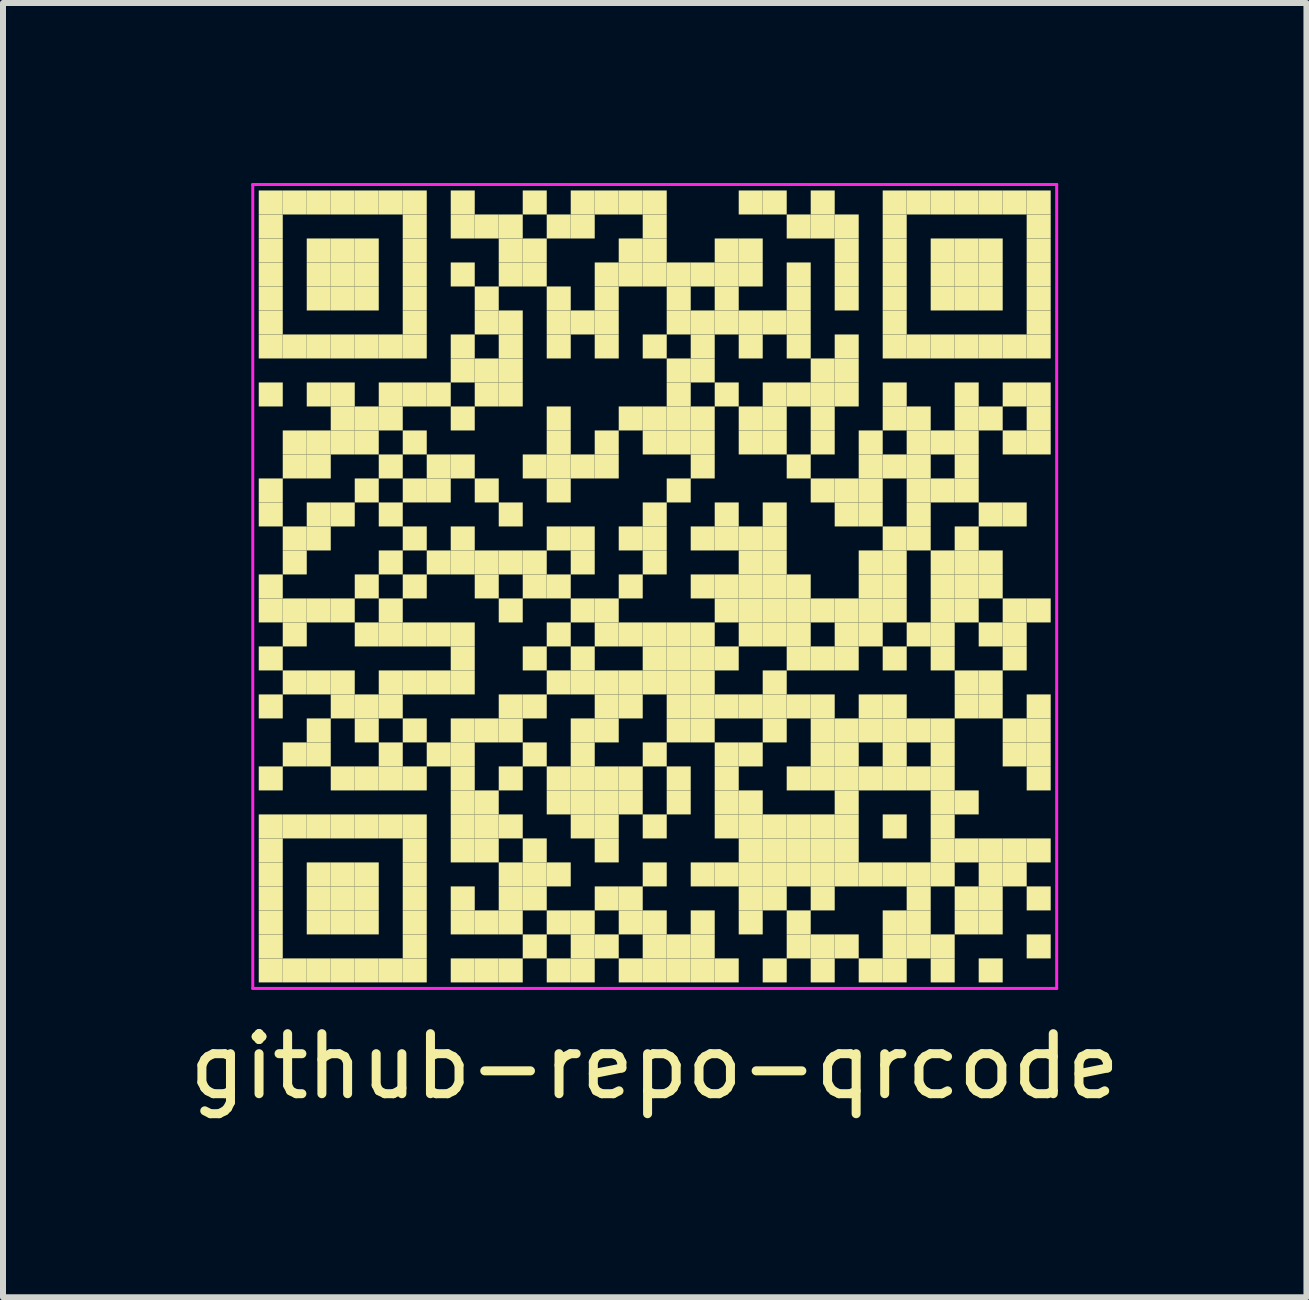
<source format=kicad_pcb>
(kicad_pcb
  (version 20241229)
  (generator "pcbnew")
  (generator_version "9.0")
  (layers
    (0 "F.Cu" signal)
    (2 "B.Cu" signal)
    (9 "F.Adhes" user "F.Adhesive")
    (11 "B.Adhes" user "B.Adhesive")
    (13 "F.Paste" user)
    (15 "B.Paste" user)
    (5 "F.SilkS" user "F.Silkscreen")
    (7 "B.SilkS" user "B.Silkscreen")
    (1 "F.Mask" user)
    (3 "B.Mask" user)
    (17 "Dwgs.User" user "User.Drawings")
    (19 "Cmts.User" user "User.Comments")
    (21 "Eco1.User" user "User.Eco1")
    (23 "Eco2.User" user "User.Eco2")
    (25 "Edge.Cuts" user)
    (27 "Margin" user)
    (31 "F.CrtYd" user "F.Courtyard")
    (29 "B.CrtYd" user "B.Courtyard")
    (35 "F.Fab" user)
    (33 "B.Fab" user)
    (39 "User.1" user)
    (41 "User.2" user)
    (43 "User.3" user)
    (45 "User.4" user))
  (footprint "github-repo-qrcode"
    (layer "F.Cu")
    (at 7.863 6.725)
    (property "Reference" "github-repo-qrcode" (at 0 8 0) (unlocked yes) (layer "F.SilkS") (effects (font (size 1 1) (thickness 0.15))))
    (fp_rect (start -6.6 -6.6) (end -6.2 -6.2) (stroke (width 0) (type default)) (fill yes) (layer "F.SilkS"))
    (fp_rect (start -6.6 -6.2) (end -6.2 -5.8) (stroke (width 0) (type default)) (fill yes) (layer "F.SilkS"))
    (fp_rect (start -6.6 -5.8) (end -6.2 -5.4) (stroke (width 0) (type default)) (fill yes) (layer "F.SilkS"))
    (fp_rect (start -6.6 -5.4) (end -6.2 -5) (stroke (width 0) (type default)) (fill yes) (layer "F.SilkS"))
    (fp_rect (start -6.6 -5) (end -6.2 -4.6) (stroke (width 0) (type default)) (fill yes) (layer "F.SilkS"))
    (fp_rect (start -6.6 -4.6) (end -6.2 -4.2) (stroke (width 0) (type default)) (fill yes) (layer "F.SilkS"))
    (fp_rect (start -6.6 -4.2) (end -6.2 -3.8) (stroke (width 0) (type default)) (fill yes) (layer "F.SilkS"))
    (fp_rect (start -6.6 -3.4) (end -6.2 -3) (stroke (width 0) (type default)) (fill yes) (layer "F.SilkS"))
    (fp_rect (start -6.6 -1.8) (end -6.2 -1.4) (stroke (width 0) (type default)) (fill yes) (layer "F.SilkS"))
    (fp_rect (start -6.6 -1.4) (end -6.2 -1) (stroke (width 0) (type default)) (fill yes) (layer "F.SilkS"))
    (fp_rect (start -6.6 -0.2) (end -6.2 0.2) (stroke (width 0) (type default)) (fill yes) (layer "F.SilkS"))
    (fp_rect (start -6.6 0.2) (end -6.2 0.6) (stroke (width 0) (type default)) (fill yes) (layer "F.SilkS"))
    (fp_rect (start -6.6 1) (end -6.2 1.4) (stroke (width 0) (type default)) (fill yes) (layer "F.SilkS"))
    (fp_rect (start -6.6 1.8) (end -6.2 2.2) (stroke (width 0) (type default)) (fill yes) (layer "F.SilkS"))
    (fp_rect (start -6.6 3) (end -6.2 3.4) (stroke (width 0) (type default)) (fill yes) (layer "F.SilkS"))
    (fp_rect (start -6.6 3.8) (end -6.2 4.2) (stroke (width 0) (type default)) (fill yes) (layer "F.SilkS"))
    (fp_rect (start -6.6 4.2) (end -6.2 4.6) (stroke (width 0) (type default)) (fill yes) (layer "F.SilkS"))
    (fp_rect (start -6.6 4.6) (end -6.2 5) (stroke (width 0) (type default)) (fill yes) (layer "F.SilkS"))
    (fp_rect (start -6.6 5) (end -6.2 5.4) (stroke (width 0) (type default)) (fill yes) (layer "F.SilkS"))
    (fp_rect (start -6.6 5.4) (end -6.2 5.8) (stroke (width 0) (type default)) (fill yes) (layer "F.SilkS"))
    (fp_rect (start -6.6 5.8) (end -6.2 6.2) (stroke (width 0) (type default)) (fill yes) (layer "F.SilkS"))
    (fp_rect (start -6.6 6.2) (end -6.2 6.6) (stroke (width 0) (type default)) (fill yes) (layer "F.SilkS"))
    (fp_rect (start -6.2 -6.6) (end -5.8 -6.2) (stroke (width 0) (type default)) (fill yes) (layer "F.SilkS"))
    (fp_rect (start -6.2 -4.2) (end -5.8 -3.8) (stroke (width 0) (type default)) (fill yes) (layer "F.SilkS"))
    (fp_rect (start -6.2 -2.6) (end -5.8 -2.2) (stroke (width 0) (type default)) (fill yes) (layer "F.SilkS"))
    (fp_rect (start -6.2 -2.2) (end -5.8 -1.8) (stroke (width 0) (type default)) (fill yes) (layer "F.SilkS"))
    (fp_rect (start -6.2 -1) (end -5.8 -0.6) (stroke (width 0) (type default)) (fill yes) (layer "F.SilkS"))
    (fp_rect (start -6.2 -0.6) (end -5.8 -0.2) (stroke (width 0) (type default)) (fill yes) (layer "F.SilkS"))
    (fp_rect (start -6.2 0.2) (end -5.8 0.6) (stroke (width 0) (type default)) (fill yes) (layer "F.SilkS"))
    (fp_rect (start -6.2 0.6) (end -5.8 1) (stroke (width 0) (type default)) (fill yes) (layer "F.SilkS"))
    (fp_rect (start -6.2 1.4) (end -5.8 1.8) (stroke (width 0) (type default)) (fill yes) (layer "F.SilkS"))
    (fp_rect (start -6.2 2.6) (end -5.8 3) (stroke (width 0) (type default)) (fill yes) (layer "F.SilkS"))
    (fp_rect (start -6.2 3.8) (end -5.8 4.2) (stroke (width 0) (type default)) (fill yes) (layer "F.SilkS"))
    (fp_rect (start -6.2 6.2) (end -5.8 6.6) (stroke (width 0) (type default)) (fill yes) (layer "F.SilkS"))
    (fp_rect (start -5.8 -6.6) (end -5.4 -6.2) (stroke (width 0) (type default)) (fill yes) (layer "F.SilkS"))
    (fp_rect (start -5.8 -5.8) (end -5.4 -5.4) (stroke (width 0) (type default)) (fill yes) (layer "F.SilkS"))
    (fp_rect (start -5.8 -5.4) (end -5.4 -5) (stroke (width 0) (type default)) (fill yes) (layer "F.SilkS"))
    (fp_rect (start -5.8 -5) (end -5.4 -4.6) (stroke (width 0) (type default)) (fill yes) (layer "F.SilkS"))
    (fp_rect (start -5.8 -4.2) (end -5.4 -3.8) (stroke (width 0) (type default)) (fill yes) (layer "F.SilkS"))
    (fp_rect (start -5.8 -3.4) (end -5.4 -3) (stroke (width 0) (type default)) (fill yes) (layer "F.SilkS"))
    (fp_rect (start -5.8 -2.6) (end -5.4 -2.2) (stroke (width 0) (type default)) (fill yes) (layer "F.SilkS"))
    (fp_rect (start -5.8 -2.2) (end -5.4 -1.8) (stroke (width 0) (type default)) (fill yes) (layer "F.SilkS"))
    (fp_rect (start -5.8 -1.4) (end -5.4 -1) (stroke (width 0) (type default)) (fill yes) (layer "F.SilkS"))
    (fp_rect (start -5.8 -1) (end -5.4 -0.6) (stroke (width 0) (type default)) (fill yes) (layer "F.SilkS"))
    (fp_rect (start -5.8 0.2) (end -5.4 0.6) (stroke (width 0) (type default)) (fill yes) (layer "F.SilkS"))
    (fp_rect (start -5.8 1.4) (end -5.4 1.8) (stroke (width 0) (type default)) (fill yes) (layer "F.SilkS"))
    (fp_rect (start -5.8 2.2) (end -5.4 2.6) (stroke (width 0) (type default)) (fill yes) (layer "F.SilkS"))
    (fp_rect (start -5.8 2.6) (end -5.4 3) (stroke (width 0) (type default)) (fill yes) (layer "F.SilkS"))
    (fp_rect (start -5.8 3.8) (end -5.4 4.2) (stroke (width 0) (type default)) (fill yes) (layer "F.SilkS"))
    (fp_rect (start -5.8 4.6) (end -5.4 5) (stroke (width 0) (type default)) (fill yes) (layer "F.SilkS"))
    (fp_rect (start -5.8 5) (end -5.4 5.4) (stroke (width 0) (type default)) (fill yes) (layer "F.SilkS"))
    (fp_rect (start -5.8 5.4) (end -5.4 5.8) (stroke (width 0) (type default)) (fill yes) (layer "F.SilkS"))
    (fp_rect (start -5.8 6.2) (end -5.4 6.6) (stroke (width 0) (type default)) (fill yes) (layer "F.SilkS"))
    (fp_rect (start -5.4 -6.6) (end -5 -6.2) (stroke (width 0) (type default)) (fill yes) (layer "F.SilkS"))
    (fp_rect (start -5.4 -5.8) (end -5 -5.4) (stroke (width 0) (type default)) (fill yes) (layer "F.SilkS"))
    (fp_rect (start -5.4 -5.4) (end -5 -5) (stroke (width 0) (type default)) (fill yes) (layer "F.SilkS"))
    (fp_rect (start -5.4 -5) (end -5 -4.6) (stroke (width 0) (type default)) (fill yes) (layer "F.SilkS"))
    (fp_rect (start -5.4 -4.2) (end -5 -3.8) (stroke (width 0) (type default)) (fill yes) (layer "F.SilkS"))
    (fp_rect (start -5.4 -3.4) (end -5 -3) (stroke (width 0) (type default)) (fill yes) (layer "F.SilkS"))
    (fp_rect (start -5.4 -3) (end -5 -2.6) (stroke (width 0) (type default)) (fill yes) (layer "F.SilkS"))
    (fp_rect (start -5.4 -2.6) (end -5 -2.2) (stroke (width 0) (type default)) (fill yes) (layer "F.SilkS"))
    (fp_rect (start -5.4 -1.4) (end -5 -1) (stroke (width 0) (type default)) (fill yes) (layer "F.SilkS"))
    (fp_rect (start -5.4 0.2) (end -5 0.6) (stroke (width 0) (type default)) (fill yes) (layer "F.SilkS"))
    (fp_rect (start -5.4 1.4) (end -5 1.8) (stroke (width 0) (type default)) (fill yes) (layer "F.SilkS"))
    (fp_rect (start -5.4 1.8) (end -5 2.2) (stroke (width 0) (type default)) (fill yes) (layer "F.SilkS"))
    (fp_rect (start -5.4 3) (end -5 3.4) (stroke (width 0) (type default)) (fill yes) (layer "F.SilkS"))
    (fp_rect (start -5.4 3.8) (end -5 4.2) (stroke (width 0) (type default)) (fill yes) (layer "F.SilkS"))
    (fp_rect (start -5.4 4.6) (end -5 5) (stroke (width 0) (type default)) (fill yes) (layer "F.SilkS"))
    (fp_rect (start -5.4 5) (end -5 5.4) (stroke (width 0) (type default)) (fill yes) (layer "F.SilkS"))
    (fp_rect (start -5.4 5.4) (end -5 5.8) (stroke (width 0) (type default)) (fill yes) (layer "F.SilkS"))
    (fp_rect (start -5.4 6.2) (end -5 6.6) (stroke (width 0) (type default)) (fill yes) (layer "F.SilkS"))
    (fp_rect (start -5 -6.6) (end -4.6 -6.2) (stroke (width 0) (type default)) (fill yes) (layer "F.SilkS"))
    (fp_rect (start -5 -5.8) (end -4.6 -5.4) (stroke (width 0) (type default)) (fill yes) (layer "F.SilkS"))
    (fp_rect (start -5 -5.4) (end -4.6 -5) (stroke (width 0) (type default)) (fill yes) (layer "F.SilkS"))
    (fp_rect (start -5 -5) (end -4.6 -4.6) (stroke (width 0) (type default)) (fill yes) (layer "F.SilkS"))
    (fp_rect (start -5 -4.2) (end -4.6 -3.8) (stroke (width 0) (type default)) (fill yes) (layer "F.SilkS"))
    (fp_rect (start -5 -3) (end -4.6 -2.6) (stroke (width 0) (type default)) (fill yes) (layer "F.SilkS"))
    (fp_rect (start -5 -2.6) (end -4.6 -2.2) (stroke (width 0) (type default)) (fill yes) (layer "F.SilkS"))
    (fp_rect (start -5 -1.8) (end -4.6 -1.4) (stroke (width 0) (type default)) (fill yes) (layer "F.SilkS"))
    (fp_rect (start -5 -0.2) (end -4.6 0.2) (stroke (width 0) (type default)) (fill yes) (layer "F.SilkS"))
    (fp_rect (start -5 0.6) (end -4.6 1) (stroke (width 0) (type default)) (fill yes) (layer "F.SilkS"))
    (fp_rect (start -5 1.8) (end -4.6 2.2) (stroke (width 0) (type default)) (fill yes) (layer "F.SilkS"))
    (fp_rect (start -5 2.2) (end -4.6 2.6) (stroke (width 0) (type default)) (fill yes) (layer "F.SilkS"))
    (fp_rect (start -5 3) (end -4.6 3.4) (stroke (width 0) (type default)) (fill yes) (layer "F.SilkS"))
    (fp_rect (start -5 3.8) (end -4.6 4.2) (stroke (width 0) (type default)) (fill yes) (layer "F.SilkS"))
    (fp_rect (start -5 4.6) (end -4.6 5) (stroke (width 0) (type default)) (fill yes) (layer "F.SilkS"))
    (fp_rect (start -5 5) (end -4.6 5.4) (stroke (width 0) (type default)) (fill yes) (layer "F.SilkS"))
    (fp_rect (start -5 5.4) (end -4.6 5.8) (stroke (width 0) (type default)) (fill yes) (layer "F.SilkS"))
    (fp_rect (start -5 6.2) (end -4.6 6.6) (stroke (width 0) (type default)) (fill yes) (layer "F.SilkS"))
    (fp_rect (start -4.6 -6.6) (end -4.2 -6.2) (stroke (width 0) (type default)) (fill yes) (layer "F.SilkS"))
    (fp_rect (start -4.6 -4.2) (end -4.2 -3.8) (stroke (width 0) (type default)) (fill yes) (layer "F.SilkS"))
    (fp_rect (start -4.6 -3.4) (end -4.2 -3) (stroke (width 0) (type default)) (fill yes) (layer "F.SilkS"))
    (fp_rect (start -4.6 -3) (end -4.2 -2.6) (stroke (width 0) (type default)) (fill yes) (layer "F.SilkS"))
    (fp_rect (start -4.6 -2.2) (end -4.2 -1.8) (stroke (width 0) (type default)) (fill yes) (layer "F.SilkS"))
    (fp_rect (start -4.6 -1.4) (end -4.2 -1) (stroke (width 0) (type default)) (fill yes) (layer "F.SilkS"))
    (fp_rect (start -4.6 -0.6) (end -4.2 -0.2) (stroke (width 0) (type default)) (fill yes) (layer "F.SilkS"))
    (fp_rect (start -4.6 0.2) (end -4.2 0.6) (stroke (width 0) (type default)) (fill yes) (layer "F.SilkS"))
    (fp_rect (start -4.6 0.6) (end -4.2 1) (stroke (width 0) (type default)) (fill yes) (layer "F.SilkS"))
    (fp_rect (start -4.6 1.4) (end -4.2 1.8) (stroke (width 0) (type default)) (fill yes) (layer "F.SilkS"))
    (fp_rect (start -4.6 1.8) (end -4.2 2.2) (stroke (width 0) (type default)) (fill yes) (layer "F.SilkS"))
    (fp_rect (start -4.6 2.6) (end -4.2 3) (stroke (width 0) (type default)) (fill yes) (layer "F.SilkS"))
    (fp_rect (start -4.6 3) (end -4.2 3.4) (stroke (width 0) (type default)) (fill yes) (layer "F.SilkS"))
    (fp_rect (start -4.6 3.8) (end -4.2 4.2) (stroke (width 0) (type default)) (fill yes) (layer "F.SilkS"))
    (fp_rect (start -4.6 6.2) (end -4.2 6.6) (stroke (width 0) (type default)) (fill yes) (layer "F.SilkS"))
    (fp_rect (start -4.2 -6.6) (end -3.8 -6.2) (stroke (width 0) (type default)) (fill yes) (layer "F.SilkS"))
    (fp_rect (start -4.2 -6.2) (end -3.8 -5.8) (stroke (width 0) (type default)) (fill yes) (layer "F.SilkS"))
    (fp_rect (start -4.2 -5.8) (end -3.8 -5.4) (stroke (width 0) (type default)) (fill yes) (layer "F.SilkS"))
    (fp_rect (start -4.2 -5.4) (end -3.8 -5) (stroke (width 0) (type default)) (fill yes) (layer "F.SilkS"))
    (fp_rect (start -4.2 -5) (end -3.8 -4.6) (stroke (width 0) (type default)) (fill yes) (layer "F.SilkS"))
    (fp_rect (start -4.2 -4.6) (end -3.8 -4.2) (stroke (width 0) (type default)) (fill yes) (layer "F.SilkS"))
    (fp_rect (start -4.2 -4.2) (end -3.8 -3.8) (stroke (width 0) (type default)) (fill yes) (layer "F.SilkS"))
    (fp_rect (start -4.2 -3.4) (end -3.8 -3) (stroke (width 0) (type default)) (fill yes) (layer "F.SilkS"))
    (fp_rect (start -4.2 -2.6) (end -3.8 -2.2) (stroke (width 0) (type default)) (fill yes) (layer "F.SilkS"))
    (fp_rect (start -4.2 -1.8) (end -3.8 -1.4) (stroke (width 0) (type default)) (fill yes) (layer "F.SilkS"))
    (fp_rect (start -4.2 -1) (end -3.8 -0.6) (stroke (width 0) (type default)) (fill yes) (layer "F.SilkS"))
    (fp_rect (start -4.2 -0.2) (end -3.8 0.2) (stroke (width 0) (type default)) (fill yes) (layer "F.SilkS"))
    (fp_rect (start -4.2 0.6) (end -3.8 1) (stroke (width 0) (type default)) (fill yes) (layer "F.SilkS"))
    (fp_rect (start -4.2 1.4) (end -3.8 1.8) (stroke (width 0) (type default)) (fill yes) (layer "F.SilkS"))
    (fp_rect (start -4.2 2.2) (end -3.8 2.6) (stroke (width 0) (type default)) (fill yes) (layer "F.SilkS"))
    (fp_rect (start -4.2 3) (end -3.8 3.4) (stroke (width 0) (type default)) (fill yes) (layer "F.SilkS"))
    (fp_rect (start -4.2 3.8) (end -3.8 4.2) (stroke (width 0) (type default)) (fill yes) (layer "F.SilkS"))
    (fp_rect (start -4.2 4.2) (end -3.8 4.6) (stroke (width 0) (type default)) (fill yes) (layer "F.SilkS"))
    (fp_rect (start -4.2 4.6) (end -3.8 5) (stroke (width 0) (type default)) (fill yes) (layer "F.SilkS"))
    (fp_rect (start -4.2 5) (end -3.8 5.4) (stroke (width 0) (type default)) (fill yes) (layer "F.SilkS"))
    (fp_rect (start -4.2 5.4) (end -3.8 5.8) (stroke (width 0) (type default)) (fill yes) (layer "F.SilkS"))
    (fp_rect (start -4.2 5.8) (end -3.8 6.2) (stroke (width 0) (type default)) (fill yes) (layer "F.SilkS"))
    (fp_rect (start -4.2 6.2) (end -3.8 6.6) (stroke (width 0) (type default)) (fill yes) (layer "F.SilkS"))
    (fp_rect (start -3.8 -3.4) (end -3.4 -3) (stroke (width 0) (type default)) (fill yes) (layer "F.SilkS"))
    (fp_rect (start -3.8 -2.2) (end -3.4 -1.8) (stroke (width 0) (type default)) (fill yes) (layer "F.SilkS"))
    (fp_rect (start -3.8 -1.8) (end -3.4 -1.4) (stroke (width 0) (type default)) (fill yes) (layer "F.SilkS"))
    (fp_rect (start -3.8 -0.6) (end -3.4 -0.2) (stroke (width 0) (type default)) (fill yes) (layer "F.SilkS"))
    (fp_rect (start -3.8 0.6) (end -3.4 1) (stroke (width 0) (type default)) (fill yes) (layer "F.SilkS"))
    (fp_rect (start -3.8 1.4) (end -3.4 1.8) (stroke (width 0) (type default)) (fill yes) (layer "F.SilkS"))
    (fp_rect (start -3.8 2.6) (end -3.4 3) (stroke (width 0) (type default)) (fill yes) (layer "F.SilkS"))
    (fp_rect (start -3.4 -6.6) (end -3 -6.2) (stroke (width 0) (type default)) (fill yes) (layer "F.SilkS"))
    (fp_rect (start -3.4 -6.2) (end -3 -5.8) (stroke (width 0) (type default)) (fill yes) (layer "F.SilkS"))
    (fp_rect (start -3.4 -5.4) (end -3 -5) (stroke (width 0) (type default)) (fill yes) (layer "F.SilkS"))
    (fp_rect (start -3.4 -4.2) (end -3 -3.8) (stroke (width 0) (type default)) (fill yes) (layer "F.SilkS"))
    (fp_rect (start -3.4 -3.8) (end -3 -3.4) (stroke (width 0) (type default)) (fill yes) (layer "F.SilkS"))
    (fp_rect (start -3.4 -3) (end -3 -2.6) (stroke (width 0) (type default)) (fill yes) (layer "F.SilkS"))
    (fp_rect (start -3.4 -2.2) (end -3 -1.8) (stroke (width 0) (type default)) (fill yes) (layer "F.SilkS"))
    (fp_rect (start -3.4 -1) (end -3 -0.6) (stroke (width 0) (type default)) (fill yes) (layer "F.SilkS"))
    (fp_rect (start -3.4 -0.6) (end -3 -0.2) (stroke (width 0) (type default)) (fill yes) (layer "F.SilkS"))
    (fp_rect (start -3.4 0.6) (end -3 1) (stroke (width 0) (type default)) (fill yes) (layer "F.SilkS"))
    (fp_rect (start -3.4 1) (end -3 1.4) (stroke (width 0) (type default)) (fill yes) (layer "F.SilkS"))
    (fp_rect (start -3.4 1.4) (end -3 1.8) (stroke (width 0) (type default)) (fill yes) (layer "F.SilkS"))
    (fp_rect (start -3.4 2.2) (end -3 2.6) (stroke (width 0) (type default)) (fill yes) (layer "F.SilkS"))
    (fp_rect (start -3.4 2.6) (end -3 3) (stroke (width 0) (type default)) (fill yes) (layer "F.SilkS"))
    (fp_rect (start -3.4 3) (end -3 3.4) (stroke (width 0) (type default)) (fill yes) (layer "F.SilkS"))
    (fp_rect (start -3.4 3.4) (end -3 3.8) (stroke (width 0) (type default)) (fill yes) (layer "F.SilkS"))
    (fp_rect (start -3.4 3.8) (end -3 4.2) (stroke (width 0) (type default)) (fill yes) (layer "F.SilkS"))
    (fp_rect (start -3.4 4.2) (end -3 4.6) (stroke (width 0) (type default)) (fill yes) (layer "F.SilkS"))
    (fp_rect (start -3.4 5) (end -3 5.4) (stroke (width 0) (type default)) (fill yes) (layer "F.SilkS"))
    (fp_rect (start -3.4 5.4) (end -3 5.8) (stroke (width 0) (type default)) (fill yes) (layer "F.SilkS"))
    (fp_rect (start -3.4 6.2) (end -3 6.6) (stroke (width 0) (type default)) (fill yes) (layer "F.SilkS"))
    (fp_rect (start -3 -6.2) (end -2.6 -5.8) (stroke (width 0) (type default)) (fill yes) (layer "F.SilkS"))
    (fp_rect (start -3 -5) (end -2.6 -4.6) (stroke (width 0) (type default)) (fill yes) (layer "F.SilkS"))
    (fp_rect (start -3 -4.6) (end -2.6 -4.2) (stroke (width 0) (type default)) (fill yes) (layer "F.SilkS"))
    (fp_rect (start -3 -3.8) (end -2.6 -3.4) (stroke (width 0) (type default)) (fill yes) (layer "F.SilkS"))
    (fp_rect (start -3 -3.4) (end -2.6 -3) (stroke (width 0) (type default)) (fill yes) (layer "F.SilkS"))
    (fp_rect (start -3 -1.8) (end -2.6 -1.4) (stroke (width 0) (type default)) (fill yes) (layer "F.SilkS"))
    (fp_rect (start -3 -0.6) (end -2.6 -0.2) (stroke (width 0) (type default)) (fill yes) (layer "F.SilkS"))
    (fp_rect (start -3 -0.2) (end -2.6 0.2) (stroke (width 0) (type default)) (fill yes) (layer "F.SilkS"))
    (fp_rect (start -3 2.2) (end -2.6 2.6) (stroke (width 0) (type default)) (fill yes) (layer "F.SilkS"))
    (fp_rect (start -3 3.4) (end -2.6 3.8) (stroke (width 0) (type default)) (fill yes) (layer "F.SilkS"))
    (fp_rect (start -3 3.8) (end -2.6 4.2) (stroke (width 0) (type default)) (fill yes) (layer "F.SilkS"))
    (fp_rect (start -3 4.2) (end -2.6 4.6) (stroke (width 0) (type default)) (fill yes) (layer "F.SilkS"))
    (fp_rect (start -3 5.4) (end -2.6 5.8) (stroke (width 0) (type default)) (fill yes) (layer "F.SilkS"))
    (fp_rect (start -3 6.2) (end -2.6 6.6) (stroke (width 0) (type default)) (fill yes) (layer "F.SilkS"))
    (fp_rect (start -2.6 -6.2) (end -2.2 -5.8) (stroke (width 0) (type default)) (fill yes) (layer "F.SilkS"))
    (fp_rect (start -2.6 -5.8) (end -2.2 -5.4) (stroke (width 0) (type default)) (fill yes) (layer "F.SilkS"))
    (fp_rect (start -2.6 -5.4) (end -2.2 -5) (stroke (width 0) (type default)) (fill yes) (layer "F.SilkS"))
    (fp_rect (start -2.6 -4.6) (end -2.2 -4.2) (stroke (width 0) (type default)) (fill yes) (layer "F.SilkS"))
    (fp_rect (start -2.6 -4.2) (end -2.2 -3.8) (stroke (width 0) (type default)) (fill yes) (layer "F.SilkS"))
    (fp_rect (start -2.6 -3.8) (end -2.2 -3.4) (stroke (width 0) (type default)) (fill yes) (layer "F.SilkS"))
    (fp_rect (start -2.6 -3.4) (end -2.2 -3) (stroke (width 0) (type default)) (fill yes) (layer "F.SilkS"))
    (fp_rect (start -2.6 -1.4) (end -2.2 -1) (stroke (width 0) (type default)) (fill yes) (layer "F.SilkS"))
    (fp_rect (start -2.6 -0.6) (end -2.2 -0.2) (stroke (width 0) (type default)) (fill yes) (layer "F.SilkS"))
    (fp_rect (start -2.6 0.2) (end -2.2 0.6) (stroke (width 0) (type default)) (fill yes) (layer "F.SilkS"))
    (fp_rect (start -2.6 1.8) (end -2.2 2.2) (stroke (width 0) (type default)) (fill yes) (layer "F.SilkS"))
    (fp_rect (start -2.6 2.2) (end -2.2 2.6) (stroke (width 0) (type default)) (fill yes) (layer "F.SilkS"))
    (fp_rect (start -2.6 3) (end -2.2 3.4) (stroke (width 0) (type default)) (fill yes) (layer "F.SilkS"))
    (fp_rect (start -2.6 3.8) (end -2.2 4.2) (stroke (width 0) (type default)) (fill yes) (layer "F.SilkS"))
    (fp_rect (start -2.6 4.6) (end -2.2 5) (stroke (width 0) (type default)) (fill yes) (layer "F.SilkS"))
    (fp_rect (start -2.6 5) (end -2.2 5.4) (stroke (width 0) (type default)) (fill yes) (layer "F.SilkS"))
    (fp_rect (start -2.6 5.4) (end -2.2 5.8) (stroke (width 0) (type default)) (fill yes) (layer "F.SilkS"))
    (fp_rect (start -2.6 6.2) (end -2.2 6.6) (stroke (width 0) (type default)) (fill yes) (layer "F.SilkS"))
    (fp_rect (start -2.2 -6.6) (end -1.8 -6.2) (stroke (width 0) (type default)) (fill yes) (layer "F.SilkS"))
    (fp_rect (start -2.2 -5.8) (end -1.8 -5.4) (stroke (width 0) (type default)) (fill yes) (layer "F.SilkS"))
    (fp_rect (start -2.2 -5.4) (end -1.8 -5) (stroke (width 0) (type default)) (fill yes) (layer "F.SilkS"))
    (fp_rect (start -2.2 -2.2) (end -1.8 -1.8) (stroke (width 0) (type default)) (fill yes) (layer "F.SilkS"))
    (fp_rect (start -2.2 -0.6) (end -1.8 -0.2) (stroke (width 0) (type default)) (fill yes) (layer "F.SilkS"))
    (fp_rect (start -2.2 -0.2) (end -1.8 0.2) (stroke (width 0) (type default)) (fill yes) (layer "F.SilkS"))
    (fp_rect (start -2.2 1) (end -1.8 1.4) (stroke (width 0) (type default)) (fill yes) (layer "F.SilkS"))
    (fp_rect (start -2.2 1.8) (end -1.8 2.2) (stroke (width 0) (type default)) (fill yes) (layer "F.SilkS"))
    (fp_rect (start -2.2 2.6) (end -1.8 3) (stroke (width 0) (type default)) (fill yes) (layer "F.SilkS"))
    (fp_rect (start -2.2 4.2) (end -1.8 4.6) (stroke (width 0) (type default)) (fill yes) (layer "F.SilkS"))
    (fp_rect (start -2.2 4.6) (end -1.8 5) (stroke (width 0) (type default)) (fill yes) (layer "F.SilkS"))
    (fp_rect (start -2.2 5) (end -1.8 5.4) (stroke (width 0) (type default)) (fill yes) (layer "F.SilkS"))
    (fp_rect (start -2.2 5.8) (end -1.8 6.2) (stroke (width 0) (type default)) (fill yes) (layer "F.SilkS"))
    (fp_rect (start -1.8 -6.2) (end -1.4 -5.8) (stroke (width 0) (type default)) (fill yes) (layer "F.SilkS"))
    (fp_rect (start -1.8 -5) (end -1.4 -4.6) (stroke (width 0) (type default)) (fill yes) (layer "F.SilkS"))
    (fp_rect (start -1.8 -4.6) (end -1.4 -4.2) (stroke (width 0) (type default)) (fill yes) (layer "F.SilkS"))
    (fp_rect (start -1.8 -4.2) (end -1.4 -3.8) (stroke (width 0) (type default)) (fill yes) (layer "F.SilkS"))
    (fp_rect (start -1.8 -3) (end -1.4 -2.6) (stroke (width 0) (type default)) (fill yes) (layer "F.SilkS"))
    (fp_rect (start -1.8 -2.6) (end -1.4 -2.2) (stroke (width 0) (type default)) (fill yes) (layer "F.SilkS"))
    (fp_rect (start -1.8 -2.2) (end -1.4 -1.8) (stroke (width 0) (type default)) (fill yes) (layer "F.SilkS"))
    (fp_rect (start -1.8 -1.8) (end -1.4 -1.4) (stroke (width 0) (type default)) (fill yes) (layer "F.SilkS"))
    (fp_rect (start -1.8 -1) (end -1.4 -0.6) (stroke (width 0) (type default)) (fill yes) (layer "F.SilkS"))
    (fp_rect (start -1.8 -0.2) (end -1.4 0.2) (stroke (width 0) (type default)) (fill yes) (layer "F.SilkS"))
    (fp_rect (start -1.8 0.6) (end -1.4 1) (stroke (width 0) (type default)) (fill yes) (layer "F.SilkS"))
    (fp_rect (start -1.8 1.4) (end -1.4 1.8) (stroke (width 0) (type default)) (fill yes) (layer "F.SilkS"))
    (fp_rect (start -1.8 3) (end -1.4 3.4) (stroke (width 0) (type default)) (fill yes) (layer "F.SilkS"))
    (fp_rect (start -1.8 3.4) (end -1.4 3.8) (stroke (width 0) (type default)) (fill yes) (layer "F.SilkS"))
    (fp_rect (start -1.8 4.6) (end -1.4 5) (stroke (width 0) (type default)) (fill yes) (layer "F.SilkS"))
    (fp_rect (start -1.8 5.4) (end -1.4 5.8) (stroke (width 0) (type default)) (fill yes) (layer "F.SilkS"))
    (fp_rect (start -1.8 6.2) (end -1.4 6.6) (stroke (width 0) (type default)) (fill yes) (layer "F.SilkS"))
    (fp_rect (start -1.4 -6.6) (end -1 -6.2) (stroke (width 0) (type default)) (fill yes) (layer "F.SilkS"))
    (fp_rect (start -1.4 -6.2) (end -1 -5.8) (stroke (width 0) (type default)) (fill yes) (layer "F.SilkS"))
    (fp_rect (start -1.4 -4.6) (end -1 -4.2) (stroke (width 0) (type default)) (fill yes) (layer "F.SilkS"))
    (fp_rect (start -1.4 -2.2) (end -1 -1.8) (stroke (width 0) (type default)) (fill yes) (layer "F.SilkS"))
    (fp_rect (start -1.4 -1) (end -1 -0.6) (stroke (width 0) (type default)) (fill yes) (layer "F.SilkS"))
    (fp_rect (start -1.4 -0.6) (end -1 -0.2) (stroke (width 0) (type default)) (fill yes) (layer "F.SilkS"))
    (fp_rect (start -1.4 0.2) (end -1 0.6) (stroke (width 0) (type default)) (fill yes) (layer "F.SilkS"))
    (fp_rect (start -1.4 1) (end -1 1.4) (stroke (width 0) (type default)) (fill yes) (layer "F.SilkS"))
    (fp_rect (start -1.4 1.4) (end -1 1.8) (stroke (width 0) (type default)) (fill yes) (layer "F.SilkS"))
    (fp_rect (start -1.4 2.2) (end -1 2.6) (stroke (width 0) (type default)) (fill yes) (layer "F.SilkS"))
    (fp_rect (start -1.4 2.6) (end -1 3) (stroke (width 0) (type default)) (fill yes) (layer "F.SilkS"))
    (fp_rect (start -1.4 3) (end -1 3.4) (stroke (width 0) (type default)) (fill yes) (layer "F.SilkS"))
    (fp_rect (start -1.4 3.4) (end -1 3.8) (stroke (width 0) (type default)) (fill yes) (layer "F.SilkS"))
    (fp_rect (start -1.4 3.8) (end -1 4.2) (stroke (width 0) (type default)) (fill yes) (layer "F.SilkS"))
    (fp_rect (start -1.4 5.4) (end -1 5.8) (stroke (width 0) (type default)) (fill yes) (layer "F.SilkS"))
    (fp_rect (start -1.4 5.8) (end -1 6.2) (stroke (width 0) (type default)) (fill yes) (layer "F.SilkS"))
    (fp_rect (start -1.4 6.2) (end -1 6.6) (stroke (width 0) (type default)) (fill yes) (layer "F.SilkS"))
    (fp_rect (start -1 -6.6) (end -0.6 -6.2) (stroke (width 0) (type default)) (fill yes) (layer "F.SilkS"))
    (fp_rect (start -1 -5.4) (end -0.6 -5) (stroke (width 0) (type default)) (fill yes) (layer "F.SilkS"))
    (fp_rect (start -1 -5) (end -0.6 -4.6) (stroke (width 0) (type default)) (fill yes) (layer "F.SilkS"))
    (fp_rect (start -1 -4.6) (end -0.6 -4.2) (stroke (width 0) (type default)) (fill yes) (layer "F.SilkS"))
    (fp_rect (start -1 -4.2) (end -0.6 -3.8) (stroke (width 0) (type default)) (fill yes) (layer "F.SilkS"))
    (fp_rect (start -1 -2.6) (end -0.6 -2.2) (stroke (width 0) (type default)) (fill yes) (layer "F.SilkS"))
    (fp_rect (start -1 -2.2) (end -0.6 -1.8) (stroke (width 0) (type default)) (fill yes) (layer "F.SilkS"))
    (fp_rect (start -1 0.2) (end -0.6 0.6) (stroke (width 0) (type default)) (fill yes) (layer "F.SilkS"))
    (fp_rect (start -1 0.6) (end -0.6 1) (stroke (width 0) (type default)) (fill yes) (layer "F.SilkS"))
    (fp_rect (start -1 1.4) (end -0.6 1.8) (stroke (width 0) (type default)) (fill yes) (layer "F.SilkS"))
    (fp_rect (start -1 1.8) (end -0.6 2.2) (stroke (width 0) (type default)) (fill yes) (layer "F.SilkS"))
    (fp_rect (start -1 2.2) (end -0.6 2.6) (stroke (width 0) (type default)) (fill yes) (layer "F.SilkS"))
    (fp_rect (start -1 3) (end -0.6 3.4) (stroke (width 0) (type default)) (fill yes) (layer "F.SilkS"))
    (fp_rect (start -1 3.4) (end -0.6 3.8) (stroke (width 0) (type default)) (fill yes) (layer "F.SilkS"))
    (fp_rect (start -1 3.8) (end -0.6 4.2) (stroke (width 0) (type default)) (fill yes) (layer "F.SilkS"))
    (fp_rect (start -1 4.2) (end -0.6 4.6) (stroke (width 0) (type default)) (fill yes) (layer "F.SilkS"))
    (fp_rect (start -1 5) (end -0.6 5.4) (stroke (width 0) (type default)) (fill yes) (layer "F.SilkS"))
    (fp_rect (start -1 5.8) (end -0.6 6.2) (stroke (width 0) (type default)) (fill yes) (layer "F.SilkS"))
    (fp_rect (start -0.6 -6.6) (end -0.2 -6.2) (stroke (width 0) (type default)) (fill yes) (layer "F.SilkS"))
    (fp_rect (start -0.6 -5.8) (end -0.2 -5.4) (stroke (width 0) (type default)) (fill yes) (layer "F.SilkS"))
    (fp_rect (start -0.6 -5.4) (end -0.2 -5) (stroke (width 0) (type default)) (fill yes) (layer "F.SilkS"))
    (fp_rect (start -0.6 -3) (end -0.2 -2.6) (stroke (width 0) (type default)) (fill yes) (layer "F.SilkS"))
    (fp_rect (start -0.6 -1) (end -0.2 -0.6) (stroke (width 0) (type default)) (fill yes) (layer "F.SilkS"))
    (fp_rect (start -0.6 -0.2) (end -0.2 0.2) (stroke (width 0) (type default)) (fill yes) (layer "F.SilkS"))
    (fp_rect (start -0.6 0.6) (end -0.2 1) (stroke (width 0) (type default)) (fill yes) (layer "F.SilkS"))
    (fp_rect (start -0.6 1.4) (end -0.2 1.8) (stroke (width 0) (type default)) (fill yes) (layer "F.SilkS"))
    (fp_rect (start -0.6 1.8) (end -0.2 2.2) (stroke (width 0) (type default)) (fill yes) (layer "F.SilkS"))
    (fp_rect (start -0.6 3) (end -0.2 3.4) (stroke (width 0) (type default)) (fill yes) (layer "F.SilkS"))
    (fp_rect (start -0.6 3.4) (end -0.2 3.8) (stroke (width 0) (type default)) (fill yes) (layer "F.SilkS"))
    (fp_rect (start -0.6 5) (end -0.2 5.4) (stroke (width 0) (type default)) (fill yes) (layer "F.SilkS"))
    (fp_rect (start -0.6 5.4) (end -0.2 5.8) (stroke (width 0) (type default)) (fill yes) (layer "F.SilkS"))
    (fp_rect (start -0.6 6.2) (end -0.2 6.6) (stroke (width 0) (type default)) (fill yes) (layer "F.SilkS"))
    (fp_rect (start -0.2 -6.6) (end 0.2 -6.2) (stroke (width 0) (type default)) (fill yes) (layer "F.SilkS"))
    (fp_rect (start -0.2 -6.2) (end 0.2 -5.8) (stroke (width 0) (type default)) (fill yes) (layer "F.SilkS"))
    (fp_rect (start -0.2 -5.8) (end 0.2 -5.4) (stroke (width 0) (type default)) (fill yes) (layer "F.SilkS"))
    (fp_rect (start -0.2 -5.4) (end 0.2 -5) (stroke (width 0) (type default)) (fill yes) (layer "F.SilkS"))
    (fp_rect (start -0.2 -4.2) (end 0.2 -3.8) (stroke (width 0) (type default)) (fill yes) (layer "F.SilkS"))
    (fp_rect (start -0.2 -3) (end 0.2 -2.6) (stroke (width 0) (type default)) (fill yes) (layer "F.SilkS"))
    (fp_rect (start -0.2 -2.6) (end 0.2 -2.2) (stroke (width 0) (type default)) (fill yes) (layer "F.SilkS"))
    (fp_rect (start -0.2 -1.4) (end 0.2 -1) (stroke (width 0) (type default)) (fill yes) (layer "F.SilkS"))
    (fp_rect (start -0.2 -1) (end 0.2 -0.6) (stroke (width 0) (type default)) (fill yes) (layer "F.SilkS"))
    (fp_rect (start -0.2 -0.6) (end 0.2 -0.2) (stroke (width 0) (type default)) (fill yes) (layer "F.SilkS"))
    (fp_rect (start -0.2 0.6) (end 0.2 1) (stroke (width 0) (type default)) (fill yes) (layer "F.SilkS"))
    (fp_rect (start -0.2 1) (end 0.2 1.4) (stroke (width 0) (type default)) (fill yes) (layer "F.SilkS"))
    (fp_rect (start -0.2 1.4) (end 0.2 1.8) (stroke (width 0) (type default)) (fill yes) (layer "F.SilkS"))
    (fp_rect (start -0.2 2.6) (end 0.2 3) (stroke (width 0) (type default)) (fill yes) (layer "F.SilkS"))
    (fp_rect (start -0.2 3.8) (end 0.2 4.2) (stroke (width 0) (type default)) (fill yes) (layer "F.SilkS"))
    (fp_rect (start -0.2 4.6) (end 0.2 5) (stroke (width 0) (type default)) (fill yes) (layer "F.SilkS"))
    (fp_rect (start -0.2 5.4) (end 0.2 5.8) (stroke (width 0) (type default)) (fill yes) (layer "F.SilkS"))
    (fp_rect (start -0.2 5.8) (end 0.2 6.2) (stroke (width 0) (type default)) (fill yes) (layer "F.SilkS"))
    (fp_rect (start -0.2 6.2) (end 0.2 6.6) (stroke (width 0) (type default)) (fill yes) (layer "F.SilkS"))
    (fp_rect (start 0.2 -5.4) (end 0.6 -5) (stroke (width 0) (type default)) (fill yes) (layer "F.SilkS"))
    (fp_rect (start 0.2 -5) (end 0.6 -4.6) (stroke (width 0) (type default)) (fill yes) (layer "F.SilkS"))
    (fp_rect (start 0.2 -4.6) (end 0.6 -4.2) (stroke (width 0) (type default)) (fill yes) (layer "F.SilkS"))
    (fp_rect (start 0.2 -3.8) (end 0.6 -3.4) (stroke (width 0) (type default)) (fill yes) (layer "F.SilkS"))
    (fp_rect (start 0.2 -3.4) (end 0.6 -3) (stroke (width 0) (type default)) (fill yes) (layer "F.SilkS"))
    (fp_rect (start 0.2 -3) (end 0.6 -2.6) (stroke (width 0) (type default)) (fill yes) (layer "F.SilkS"))
    (fp_rect (start 0.2 -2.6) (end 0.6 -2.2) (stroke (width 0) (type default)) (fill yes) (layer "F.SilkS"))
    (fp_rect (start 0.2 -1.8) (end 0.6 -1.4) (stroke (width 0) (type default)) (fill yes) (layer "F.SilkS"))
    (fp_rect (start 0.2 0.6) (end 0.6 1) (stroke (width 0) (type default)) (fill yes) (layer "F.SilkS"))
    (fp_rect (start 0.2 1) (end 0.6 1.4) (stroke (width 0) (type default)) (fill yes) (layer "F.SilkS"))
    (fp_rect (start 0.2 1.4) (end 0.6 1.8) (stroke (width 0) (type default)) (fill yes) (layer "F.SilkS"))
    (fp_rect (start 0.2 1.8) (end 0.6 2.2) (stroke (width 0) (type default)) (fill yes) (layer "F.SilkS"))
    (fp_rect (start 0.2 2.2) (end 0.6 2.6) (stroke (width 0) (type default)) (fill yes) (layer "F.SilkS"))
    (fp_rect (start 0.2 3) (end 0.6 3.4) (stroke (width 0) (type default)) (fill yes) (layer "F.SilkS"))
    (fp_rect (start 0.2 3.4) (end 0.6 3.8) (stroke (width 0) (type default)) (fill yes) (layer "F.SilkS"))
    (fp_rect (start 0.2 5.8) (end 0.6 6.2) (stroke (width 0) (type default)) (fill yes) (layer "F.SilkS"))
    (fp_rect (start 0.2 6.2) (end 0.6 6.6) (stroke (width 0) (type default)) (fill yes) (layer "F.SilkS"))
    (fp_rect (start 0.6 -5.4) (end 1 -5) (stroke (width 0) (type default)) (fill yes) (layer "F.SilkS"))
    (fp_rect (start 0.6 -4.6) (end 1 -4.2) (stroke (width 0) (type default)) (fill yes) (layer "F.SilkS"))
    (fp_rect (start 0.6 -4.2) (end 1 -3.8) (stroke (width 0) (type default)) (fill yes) (layer "F.SilkS"))
    (fp_rect (start 0.6 -3.8) (end 1 -3.4) (stroke (width 0) (type default)) (fill yes) (layer "F.SilkS"))
    (fp_rect (start 0.6 -3) (end 1 -2.6) (stroke (width 0) (type default)) (fill yes) (layer "F.SilkS"))
    (fp_rect (start 0.6 -2.6) (end 1 -2.2) (stroke (width 0) (type default)) (fill yes) (layer "F.SilkS"))
    (fp_rect (start 0.6 -2.2) (end 1 -1.8) (stroke (width 0) (type default)) (fill yes) (layer "F.SilkS"))
    (fp_rect (start 0.6 -1) (end 1 -0.6) (stroke (width 0) (type default)) (fill yes) (layer "F.SilkS"))
    (fp_rect (start 0.6 -0.2) (end 1 0.2) (stroke (width 0) (type default)) (fill yes) (layer "F.SilkS"))
    (fp_rect (start 0.6 0.6) (end 1 1) (stroke (width 0) (type default)) (fill yes) (layer "F.SilkS"))
    (fp_rect (start 0.6 1) (end 1 1.4) (stroke (width 0) (type default)) (fill yes) (layer "F.SilkS"))
    (fp_rect (start 0.6 1.4) (end 1 1.8) (stroke (width 0) (type default)) (fill yes) (layer "F.SilkS"))
    (fp_rect (start 0.6 1.8) (end 1 2.2) (stroke (width 0) (type default)) (fill yes) (layer "F.SilkS"))
    (fp_rect (start 0.6 2.2) (end 1 2.6) (stroke (width 0) (type default)) (fill yes) (layer "F.SilkS"))
    (fp_rect (start 0.6 4.6) (end 1 5) (stroke (width 0) (type default)) (fill yes) (layer "F.SilkS"))
    (fp_rect (start 0.6 5.4) (end 1 5.8) (stroke (width 0) (type default)) (fill yes) (layer "F.SilkS"))
    (fp_rect (start 0.6 5.8) (end 1 6.2) (stroke (width 0) (type default)) (fill yes) (layer "F.SilkS"))
    (fp_rect (start 0.6 6.2) (end 1 6.6) (stroke (width 0) (type default)) (fill yes) (layer "F.SilkS"))
    (fp_rect (start 1 -5.8) (end 1.4 -5.4) (stroke (width 0) (type default)) (fill yes) (layer "F.SilkS"))
    (fp_rect (start 1 -5.4) (end 1.4 -5) (stroke (width 0) (type default)) (fill yes) (layer "F.SilkS"))
    (fp_rect (start 1 -5) (end 1.4 -4.6) (stroke (width 0) (type default)) (fill yes) (layer "F.SilkS"))
    (fp_rect (start 1 -4.6) (end 1.4 -4.2) (stroke (width 0) (type default)) (fill yes) (layer "F.SilkS"))
    (fp_rect (start 1 -3.4) (end 1.4 -3) (stroke (width 0) (type default)) (fill yes) (layer "F.SilkS"))
    (fp_rect (start 1 -1.4) (end 1.4 -1) (stroke (width 0) (type default)) (fill yes) (layer "F.SilkS"))
    (fp_rect (start 1 -1) (end 1.4 -0.6) (stroke (width 0) (type default)) (fill yes) (layer "F.SilkS"))
    (fp_rect (start 1 -0.2) (end 1.4 0.2) (stroke (width 0) (type default)) (fill yes) (layer "F.SilkS"))
    (fp_rect (start 1 0.2) (end 1.4 0.6) (stroke (width 0) (type default)) (fill yes) (layer "F.SilkS"))
    (fp_rect (start 1 1) (end 1.4 1.4) (stroke (width 0) (type default)) (fill yes) (layer "F.SilkS"))
    (fp_rect (start 1 1.8) (end 1.4 2.2) (stroke (width 0) (type default)) (fill yes) (layer "F.SilkS"))
    (fp_rect (start 1 2.6) (end 1.4 3) (stroke (width 0) (type default)) (fill yes) (layer "F.SilkS"))
    (fp_rect (start 1 3) (end 1.4 3.4) (stroke (width 0) (type default)) (fill yes) (layer "F.SilkS"))
    (fp_rect (start 1 3.4) (end 1.4 3.8) (stroke (width 0) (type default)) (fill yes) (layer "F.SilkS"))
    (fp_rect (start 1 3.8) (end 1.4 4.2) (stroke (width 0) (type default)) (fill yes) (layer "F.SilkS"))
    (fp_rect (start 1 4.6) (end 1.4 5) (stroke (width 0) (type default)) (fill yes) (layer "F.SilkS"))
    (fp_rect (start 1 6.2) (end 1.4 6.6) (stroke (width 0) (type default)) (fill yes) (layer "F.SilkS"))
    (fp_rect (start 1.4 -6.6) (end 1.8 -6.2) (stroke (width 0) (type default)) (fill yes) (layer "F.SilkS"))
    (fp_rect (start 1.4 -5.8) (end 1.8 -5.4) (stroke (width 0) (type default)) (fill yes) (layer "F.SilkS"))
    (fp_rect (start 1.4 -5.4) (end 1.8 -5) (stroke (width 0) (type default)) (fill yes) (layer "F.SilkS"))
    (fp_rect (start 1.4 -4.6) (end 1.8 -4.2) (stroke (width 0) (type default)) (fill yes) (layer "F.SilkS"))
    (fp_rect (start 1.4 -4.2) (end 1.8 -3.8) (stroke (width 0) (type default)) (fill yes) (layer "F.SilkS"))
    (fp_rect (start 1.4 -3) (end 1.8 -2.6) (stroke (width 0) (type default)) (fill yes) (layer "F.SilkS"))
    (fp_rect (start 1.4 -2.6) (end 1.8 -2.2) (stroke (width 0) (type default)) (fill yes) (layer "F.SilkS"))
    (fp_rect (start 1.4 -1) (end 1.8 -0.6) (stroke (width 0) (type default)) (fill yes) (layer "F.SilkS"))
    (fp_rect (start 1.4 -0.6) (end 1.8 -0.2) (stroke (width 0) (type default)) (fill yes) (layer "F.SilkS"))
    (fp_rect (start 1.4 -0.2) (end 1.8 0.2) (stroke (width 0) (type default)) (fill yes) (layer "F.SilkS"))
    (fp_rect (start 1.4 0.2) (end 1.8 0.6) (stroke (width 0) (type default)) (fill yes) (layer "F.SilkS"))
    (fp_rect (start 1.4 0.6) (end 1.8 1) (stroke (width 0) (type default)) (fill yes) (layer "F.SilkS"))
    (fp_rect (start 1.4 1.8) (end 1.8 2.2) (stroke (width 0) (type default)) (fill yes) (layer "F.SilkS"))
    (fp_rect (start 1.4 2.6) (end 1.8 3) (stroke (width 0) (type default)) (fill yes) (layer "F.SilkS"))
    (fp_rect (start 1.4 3.4) (end 1.8 3.8) (stroke (width 0) (type default)) (fill yes) (layer "F.SilkS"))
    (fp_rect (start 1.4 3.8) (end 1.8 4.2) (stroke (width 0) (type default)) (fill yes) (layer "F.SilkS"))
    (fp_rect (start 1.4 4.2) (end 1.8 4.6) (stroke (width 0) (type default)) (fill yes) (layer "F.SilkS"))
    (fp_rect (start 1.4 4.6) (end 1.8 5) (stroke (width 0) (type default)) (fill yes) (layer "F.SilkS"))
    (fp_rect (start 1.4 5) (end 1.8 5.4) (stroke (width 0) (type default)) (fill yes) (layer "F.SilkS"))
    (fp_rect (start 1.4 5.4) (end 1.8 5.8) (stroke (width 0) (type default)) (fill yes) (layer "F.SilkS"))
    (fp_rect (start 1.8 -6.6) (end 2.2 -6.2) (stroke (width 0) (type default)) (fill yes) (layer "F.SilkS"))
    (fp_rect (start 1.8 -4.6) (end 2.2 -4.2) (stroke (width 0) (type default)) (fill yes) (layer "F.SilkS"))
    (fp_rect (start 1.8 -3.4) (end 2.2 -3) (stroke (width 0) (type default)) (fill yes) (layer "F.SilkS"))
    (fp_rect (start 1.8 -3) (end 2.2 -2.6) (stroke (width 0) (type default)) (fill yes) (layer "F.SilkS"))
    (fp_rect (start 1.8 -2.6) (end 2.2 -2.2) (stroke (width 0) (type default)) (fill yes) (layer "F.SilkS"))
    (fp_rect (start 1.8 -1.4) (end 2.2 -1) (stroke (width 0) (type default)) (fill yes) (layer "F.SilkS"))
    (fp_rect (start 1.8 -1) (end 2.2 -0.6) (stroke (width 0) (type default)) (fill yes) (layer "F.SilkS"))
    (fp_rect (start 1.8 -0.6) (end 2.2 -0.2) (stroke (width 0) (type default)) (fill yes) (layer "F.SilkS"))
    (fp_rect (start 1.8 -0.2) (end 2.2 0.2) (stroke (width 0) (type default)) (fill yes) (layer "F.SilkS"))
    (fp_rect (start 1.8 0.2) (end 2.2 0.6) (stroke (width 0) (type default)) (fill yes) (layer "F.SilkS"))
    (fp_rect (start 1.8 0.6) (end 2.2 1) (stroke (width 0) (type default)) (fill yes) (layer "F.SilkS"))
    (fp_rect (start 1.8 1.4) (end 2.2 1.8) (stroke (width 0) (type default)) (fill yes) (layer "F.SilkS"))
    (fp_rect (start 1.8 1.8) (end 2.2 2.2) (stroke (width 0) (type default)) (fill yes) (layer "F.SilkS"))
    (fp_rect (start 1.8 2.2) (end 2.2 2.6) (stroke (width 0) (type default)) (fill yes) (layer "F.SilkS"))
    (fp_rect (start 1.8 3.8) (end 2.2 4.2) (stroke (width 0) (type default)) (fill yes) (layer "F.SilkS"))
    (fp_rect (start 1.8 4.2) (end 2.2 4.6) (stroke (width 0) (type default)) (fill yes) (layer "F.SilkS"))
    (fp_rect (start 1.8 4.6) (end 2.2 5) (stroke (width 0) (type default)) (fill yes) (layer "F.SilkS"))
    (fp_rect (start 1.8 5) (end 2.2 5.4) (stroke (width 0) (type default)) (fill yes) (layer "F.SilkS"))
    (fp_rect (start 1.8 6.2) (end 2.2 6.6) (stroke (width 0) (type default)) (fill yes) (layer "F.SilkS"))
    (fp_rect (start 2.2 -6.2) (end 2.6 -5.8) (stroke (width 0) (type default)) (fill yes) (layer "F.SilkS"))
    (fp_rect (start 2.2 -5.4) (end 2.6 -5) (stroke (width 0) (type default)) (fill yes) (layer "F.SilkS"))
    (fp_rect (start 2.2 -5) (end 2.6 -4.6) (stroke (width 0) (type default)) (fill yes) (layer "F.SilkS"))
    (fp_rect (start 2.2 -4.6) (end 2.6 -4.2) (stroke (width 0) (type default)) (fill yes) (layer "F.SilkS"))
    (fp_rect (start 2.2 -4.2) (end 2.6 -3.8) (stroke (width 0) (type default)) (fill yes) (layer "F.SilkS"))
    (fp_rect (start 2.2 -3.4) (end 2.6 -3) (stroke (width 0) (type default)) (fill yes) (layer "F.SilkS"))
    (fp_rect (start 2.2 -2.2) (end 2.6 -1.8) (stroke (width 0) (type default)) (fill yes) (layer "F.SilkS"))
    (fp_rect (start 2.2 -0.2) (end 2.6 0.2) (stroke (width 0) (type default)) (fill yes) (layer "F.SilkS"))
    (fp_rect (start 2.2 0.2) (end 2.6 0.6) (stroke (width 0) (type default)) (fill yes) (layer "F.SilkS"))
    (fp_rect (start 2.2 0.6) (end 2.6 1) (stroke (width 0) (type default)) (fill yes) (layer "F.SilkS"))
    (fp_rect (start 2.2 1) (end 2.6 1.4) (stroke (width 0) (type default)) (fill yes) (layer "F.SilkS"))
    (fp_rect (start 2.2 1.8) (end 2.6 2.2) (stroke (width 0) (type default)) (fill yes) (layer "F.SilkS"))
    (fp_rect (start 2.2 3) (end 2.6 3.4) (stroke (width 0) (type default)) (fill yes) (layer "F.SilkS"))
    (fp_rect (start 2.2 3.8) (end 2.6 4.2) (stroke (width 0) (type default)) (fill yes) (layer "F.SilkS"))
    (fp_rect (start 2.2 4.2) (end 2.6 4.6) (stroke (width 0) (type default)) (fill yes) (layer "F.SilkS"))
    (fp_rect (start 2.2 4.6) (end 2.6 5) (stroke (width 0) (type default)) (fill yes) (layer "F.SilkS"))
    (fp_rect (start 2.2 5.4) (end 2.6 5.8) (stroke (width 0) (type default)) (fill yes) (layer "F.SilkS"))
    (fp_rect (start 2.2 5.8) (end 2.6 6.2) (stroke (width 0) (type default)) (fill yes) (layer "F.SilkS"))
    (fp_rect (start 2.6 -6.6) (end 3 -6.2) (stroke (width 0) (type default)) (fill yes) (layer "F.SilkS"))
    (fp_rect (start 2.6 -6.2) (end 3 -5.8) (stroke (width 0) (type default)) (fill yes) (layer "F.SilkS"))
    (fp_rect (start 2.6 -3.8) (end 3 -3.4) (stroke (width 0) (type default)) (fill yes) (layer "F.SilkS"))
    (fp_rect (start 2.6 -3.4) (end 3 -3) (stroke (width 0) (type default)) (fill yes) (layer "F.SilkS"))
    (fp_rect (start 2.6 -3) (end 3 -2.6) (stroke (width 0) (type default)) (fill yes) (layer "F.SilkS"))
    (fp_rect (start 2.6 -2.6) (end 3 -2.2) (stroke (width 0) (type default)) (fill yes) (layer "F.SilkS"))
    (fp_rect (start 2.6 -1.8) (end 3 -1.4) (stroke (width 0) (type default)) (fill yes) (layer "F.SilkS"))
    (fp_rect (start 2.6 0.2) (end 3 0.6) (stroke (width 0) (type default)) (fill yes) (layer "F.SilkS"))
    (fp_rect (start 2.6 1) (end 3 1.4) (stroke (width 0) (type default)) (fill yes) (layer "F.SilkS"))
    (fp_rect (start 2.6 1.8) (end 3 2.2) (stroke (width 0) (type default)) (fill yes) (layer "F.SilkS"))
    (fp_rect (start 2.6 2.2) (end 3 2.6) (stroke (width 0) (type default)) (fill yes) (layer "F.SilkS"))
    (fp_rect (start 2.6 2.6) (end 3 3) (stroke (width 0) (type default)) (fill yes) (layer "F.SilkS"))
    (fp_rect (start 2.6 3) (end 3 3.4) (stroke (width 0) (type default)) (fill yes) (layer "F.SilkS"))
    (fp_rect (start 2.6 3.8) (end 3 4.2) (stroke (width 0) (type default)) (fill yes) (layer "F.SilkS"))
    (fp_rect (start 2.6 4.2) (end 3 4.6) (stroke (width 0) (type default)) (fill yes) (layer "F.SilkS"))
    (fp_rect (start 2.6 4.6) (end 3 5) (stroke (width 0) (type default)) (fill yes) (layer "F.SilkS"))
    (fp_rect (start 2.6 5) (end 3 5.4) (stroke (width 0) (type default)) (fill yes) (layer "F.SilkS"))
    (fp_rect (start 2.6 5.8) (end 3 6.2) (stroke (width 0) (type default)) (fill yes) (layer "F.SilkS"))
    (fp_rect (start 2.6 6.2) (end 3 6.6) (stroke (width 0) (type default)) (fill yes) (layer "F.SilkS"))
    (fp_rect (start 3 -6.2) (end 3.4 -5.8) (stroke (width 0) (type default)) (fill yes) (layer "F.SilkS"))
    (fp_rect (start 3 -5.8) (end 3.4 -5.4) (stroke (width 0) (type default)) (fill yes) (layer "F.SilkS"))
    (fp_rect (start 3 -5.4) (end 3.4 -5) (stroke (width 0) (type default)) (fill yes) (layer "F.SilkS"))
    (fp_rect (start 3 -5) (end 3.4 -4.6) (stroke (width 0) (type default)) (fill yes) (layer "F.SilkS"))
    (fp_rect (start 3 -4.2) (end 3.4 -3.8) (stroke (width 0) (type default)) (fill yes) (layer "F.SilkS"))
    (fp_rect (start 3 -3.8) (end 3.4 -3.4) (stroke (width 0) (type default)) (fill yes) (layer "F.SilkS"))
    (fp_rect (start 3 -3.4) (end 3.4 -3) (stroke (width 0) (type default)) (fill yes) (layer "F.SilkS"))
    (fp_rect (start 3 -1.8) (end 3.4 -1.4) (stroke (width 0) (type default)) (fill yes) (layer "F.SilkS"))
    (fp_rect (start 3 -1.4) (end 3.4 -1) (stroke (width 0) (type default)) (fill yes) (layer "F.SilkS"))
    (fp_rect (start 3 0.2) (end 3.4 0.6) (stroke (width 0) (type default)) (fill yes) (layer "F.SilkS"))
    (fp_rect (start 3 0.6) (end 3.4 1) (stroke (width 0) (type default)) (fill yes) (layer "F.SilkS"))
    (fp_rect (start 3 1) (end 3.4 1.4) (stroke (width 0) (type default)) (fill yes) (layer "F.SilkS"))
    (fp_rect (start 3 2.2) (end 3.4 2.6) (stroke (width 0) (type default)) (fill yes) (layer "F.SilkS"))
    (fp_rect (start 3 2.6) (end 3.4 3) (stroke (width 0) (type default)) (fill yes) (layer "F.SilkS"))
    (fp_rect (start 3 3) (end 3.4 3.4) (stroke (width 0) (type default)) (fill yes) (layer "F.SilkS"))
    (fp_rect (start 3 3.4) (end 3.4 3.8) (stroke (width 0) (type default)) (fill yes) (layer "F.SilkS"))
    (fp_rect (start 3 3.8) (end 3.4 4.2) (stroke (width 0) (type default)) (fill yes) (layer "F.SilkS"))
    (fp_rect (start 3 4.2) (end 3.4 4.6) (stroke (width 0) (type default)) (fill yes) (layer "F.SilkS"))
    (fp_rect (start 3 4.6) (end 3.4 5) (stroke (width 0) (type default)) (fill yes) (layer "F.SilkS"))
    (fp_rect (start 3 5.8) (end 3.4 6.2) (stroke (width 0) (type default)) (fill yes) (layer "F.SilkS"))
    (fp_rect (start 3.4 -2.6) (end 3.8 -2.2) (stroke (width 0) (type default)) (fill yes) (layer "F.SilkS"))
    (fp_rect (start 3.4 -2.2) (end 3.8 -1.8) (stroke (width 0) (type default)) (fill yes) (layer "F.SilkS"))
    (fp_rect (start 3.4 -1.8) (end 3.8 -1.4) (stroke (width 0) (type default)) (fill yes) (layer "F.SilkS"))
    (fp_rect (start 3.4 -1.4) (end 3.8 -1) (stroke (width 0) (type default)) (fill yes) (layer "F.SilkS"))
    (fp_rect (start 3.4 -0.6) (end 3.8 -0.2) (stroke (width 0) (type default)) (fill yes) (layer "F.SilkS"))
    (fp_rect (start 3.4 -0.2) (end 3.8 0.2) (stroke (width 0) (type default)) (fill yes) (layer "F.SilkS"))
    (fp_rect (start 3.4 0.2) (end 3.8 0.6) (stroke (width 0) (type default)) (fill yes) (layer "F.SilkS"))
    (fp_rect (start 3.4 0.6) (end 3.8 1) (stroke (width 0) (type default)) (fill yes) (layer "F.SilkS"))
    (fp_rect (start 3.4 1.8) (end 3.8 2.2) (stroke (width 0) (type default)) (fill yes) (layer "F.SilkS"))
    (fp_rect (start 3.4 2.2) (end 3.8 2.6) (stroke (width 0) (type default)) (fill yes) (layer "F.SilkS"))
    (fp_rect (start 3.4 3) (end 3.8 3.4) (stroke (width 0) (type default)) (fill yes) (layer "F.SilkS"))
    (fp_rect (start 3.4 4.6) (end 3.8 5) (stroke (width 0) (type default)) (fill yes) (layer "F.SilkS"))
    (fp_rect (start 3.4 6.2) (end 3.8 6.6) (stroke (width 0) (type default)) (fill yes) (layer "F.SilkS"))
    (fp_rect (start 3.8 -6.6) (end 4.2 -6.2) (stroke (width 0) (type default)) (fill yes) (layer "F.SilkS"))
    (fp_rect (start 3.8 -6.2) (end 4.2 -5.8) (stroke (width 0) (type default)) (fill yes) (layer "F.SilkS"))
    (fp_rect (start 3.8 -5.8) (end 4.2 -5.4) (stroke (width 0) (type default)) (fill yes) (layer "F.SilkS"))
    (fp_rect (start 3.8 -5.4) (end 4.2 -5) (stroke (width 0) (type default)) (fill yes) (layer "F.SilkS"))
    (fp_rect (start 3.8 -5) (end 4.2 -4.6) (stroke (width 0) (type default)) (fill yes) (layer "F.SilkS"))
    (fp_rect (start 3.8 -4.6) (end 4.2 -4.2) (stroke (width 0) (type default)) (fill yes) (layer "F.SilkS"))
    (fp_rect (start 3.8 -4.2) (end 4.2 -3.8) (stroke (width 0) (type default)) (fill yes) (layer "F.SilkS"))
    (fp_rect (start 3.8 -3.4) (end 4.2 -3) (stroke (width 0) (type default)) (fill yes) (layer "F.SilkS"))
    (fp_rect (start 3.8 -3) (end 4.2 -2.6) (stroke (width 0) (type default)) (fill yes) (layer "F.SilkS"))
    (fp_rect (start 3.8 -2.2) (end 4.2 -1.8) (stroke (width 0) (type default)) (fill yes) (layer "F.SilkS"))
    (fp_rect (start 3.8 -1) (end 4.2 -0.6) (stroke (width 0) (type default)) (fill yes) (layer "F.SilkS"))
    (fp_rect (start 3.8 -0.6) (end 4.2 -0.2) (stroke (width 0) (type default)) (fill yes) (layer "F.SilkS"))
    (fp_rect (start 3.8 -0.2) (end 4.2 0.2) (stroke (width 0) (type default)) (fill yes) (layer "F.SilkS"))
    (fp_rect (start 3.8 0.2) (end 4.2 0.6) (stroke (width 0) (type default)) (fill yes) (layer "F.SilkS"))
    (fp_rect (start 3.8 1) (end 4.2 1.4) (stroke (width 0) (type default)) (fill yes) (layer "F.SilkS"))
    (fp_rect (start 3.8 1.8) (end 4.2 2.2) (stroke (width 0) (type default)) (fill yes) (layer "F.SilkS"))
    (fp_rect (start 3.8 2.2) (end 4.2 2.6) (stroke (width 0) (type default)) (fill yes) (layer "F.SilkS"))
    (fp_rect (start 3.8 2.6) (end 4.2 3) (stroke (width 0) (type default)) (fill yes) (layer "F.SilkS"))
    (fp_rect (start 3.8 3) (end 4.2 3.4) (stroke (width 0) (type default)) (fill yes) (layer "F.SilkS"))
    (fp_rect (start 3.8 3.8) (end 4.2 4.2) (stroke (width 0) (type default)) (fill yes) (layer "F.SilkS"))
    (fp_rect (start 3.8 4.6) (end 4.2 5) (stroke (width 0) (type default)) (fill yes) (layer "F.SilkS"))
    (fp_rect (start 3.8 5.4) (end 4.2 5.8) (stroke (width 0) (type default)) (fill yes) (layer "F.SilkS"))
    (fp_rect (start 3.8 5.8) (end 4.2 6.2) (stroke (width 0) (type default)) (fill yes) (layer "F.SilkS"))
    (fp_rect (start 3.8 6.2) (end 4.2 6.6) (stroke (width 0) (type default)) (fill yes) (layer "F.SilkS"))
    (fp_rect (start 4.2 -6.6) (end 4.6 -6.2) (stroke (width 0) (type default)) (fill yes) (layer "F.SilkS"))
    (fp_rect (start 4.2 -4.2) (end 4.6 -3.8) (stroke (width 0) (type default)) (fill yes) (layer "F.SilkS"))
    (fp_rect (start 4.2 -3) (end 4.6 -2.6) (stroke (width 0) (type default)) (fill yes) (layer "F.SilkS"))
    (fp_rect (start 4.2 -2.6) (end 4.6 -2.2) (stroke (width 0) (type default)) (fill yes) (layer "F.SilkS"))
    (fp_rect (start 4.2 -2.2) (end 4.6 -1.8) (stroke (width 0) (type default)) (fill yes) (layer "F.SilkS"))
    (fp_rect (start 4.2 -1.8) (end 4.6 -1.4) (stroke (width 0) (type default)) (fill yes) (layer "F.SilkS"))
    (fp_rect (start 4.2 -1.4) (end 4.6 -1) (stroke (width 0) (type default)) (fill yes) (layer "F.SilkS"))
    (fp_rect (start 4.2 -1) (end 4.6 -0.6) (stroke (width 0) (type default)) (fill yes) (layer "F.SilkS"))
    (fp_rect (start 4.2 0.6) (end 4.6 1) (stroke (width 0) (type default)) (fill yes) (layer "F.SilkS"))
    (fp_rect (start 4.2 2.2) (end 4.6 2.6) (stroke (width 0) (type default)) (fill yes) (layer "F.SilkS"))
    (fp_rect (start 4.2 3) (end 4.6 3.4) (stroke (width 0) (type default)) (fill yes) (layer "F.SilkS"))
    (fp_rect (start 4.2 4.6) (end 4.6 5) (stroke (width 0) (type default)) (fill yes) (layer "F.SilkS"))
    (fp_rect (start 4.2 5) (end 4.6 5.4) (stroke (width 0) (type default)) (fill yes) (layer "F.SilkS"))
    (fp_rect (start 4.2 5.4) (end 4.6 5.8) (stroke (width 0) (type default)) (fill yes) (layer "F.SilkS"))
    (fp_rect (start 4.2 5.8) (end 4.6 6.2) (stroke (width 0) (type default)) (fill yes) (layer "F.SilkS"))
    (fp_rect (start 4.6 -6.6) (end 5 -6.2) (stroke (width 0) (type default)) (fill yes) (layer "F.SilkS"))
    (fp_rect (start 4.6 -5.8) (end 5 -5.4) (stroke (width 0) (type default)) (fill yes) (layer "F.SilkS"))
    (fp_rect (start 4.6 -5.4) (end 5 -5) (stroke (width 0) (type default)) (fill yes) (layer "F.SilkS"))
    (fp_rect (start 4.6 -5) (end 5 -4.6) (stroke (width 0) (type default)) (fill yes) (layer "F.SilkS"))
    (fp_rect (start 4.6 -4.2) (end 5 -3.8) (stroke (width 0) (type default)) (fill yes) (layer "F.SilkS"))
    (fp_rect (start 4.6 -2.6) (end 5 -2.2) (stroke (width 0) (type default)) (fill yes) (layer "F.SilkS"))
    (fp_rect (start 4.6 -1.8) (end 5 -1.4) (stroke (width 0) (type default)) (fill yes) (layer "F.SilkS"))
    (fp_rect (start 4.6 -0.6) (end 5 -0.2) (stroke (width 0) (type default)) (fill yes) (layer "F.SilkS"))
    (fp_rect (start 4.6 -0.2) (end 5 0.2) (stroke (width 0) (type default)) (fill yes) (layer "F.SilkS"))
    (fp_rect (start 4.6 0.2) (end 5 0.6) (stroke (width 0) (type default)) (fill yes) (layer "F.SilkS"))
    (fp_rect (start 4.6 0.6) (end 5 1) (stroke (width 0) (type default)) (fill yes) (layer "F.SilkS"))
    (fp_rect (start 4.6 1) (end 5 1.4) (stroke (width 0) (type default)) (fill yes) (layer "F.SilkS"))
    (fp_rect (start 4.6 2.2) (end 5 2.6) (stroke (width 0) (type default)) (fill yes) (layer "F.SilkS"))
    (fp_rect (start 4.6 2.6) (end 5 3) (stroke (width 0) (type default)) (fill yes) (layer "F.SilkS"))
    (fp_rect (start 4.6 3) (end 5 3.4) (stroke (width 0) (type default)) (fill yes) (layer "F.SilkS"))
    (fp_rect (start 4.6 3.4) (end 5 3.8) (stroke (width 0) (type default)) (fill yes) (layer "F.SilkS"))
    (fp_rect (start 4.6 3.8) (end 5 4.2) (stroke (width 0) (type default)) (fill yes) (layer "F.SilkS"))
    (fp_rect (start 4.6 4.2) (end 5 4.6) (stroke (width 0) (type default)) (fill yes) (layer "F.SilkS"))
    (fp_rect (start 4.6 4.6) (end 5 5) (stroke (width 0) (type default)) (fill yes) (layer "F.SilkS"))
    (fp_rect (start 4.6 5.8) (end 5 6.2) (stroke (width 0) (type default)) (fill yes) (layer "F.SilkS"))
    (fp_rect (start 4.6 6.2) (end 5 6.6) (stroke (width 0) (type default)) (fill yes) (layer "F.SilkS"))
    (fp_rect (start 5 -6.6) (end 5.4 -6.2) (stroke (width 0) (type default)) (fill yes) (layer "F.SilkS"))
    (fp_rect (start 5 -5.8) (end 5.4 -5.4) (stroke (width 0) (type default)) (fill yes) (layer "F.SilkS"))
    (fp_rect (start 5 -5.4) (end 5.4 -5) (stroke (width 0) (type default)) (fill yes) (layer "F.SilkS"))
    (fp_rect (start 5 -5) (end 5.4 -4.6) (stroke (width 0) (type default)) (fill yes) (layer "F.SilkS"))
    (fp_rect (start 5 -4.2) (end 5.4 -3.8) (stroke (width 0) (type default)) (fill yes) (layer "F.SilkS"))
    (fp_rect (start 5 -3.4) (end 5.4 -3) (stroke (width 0) (type default)) (fill yes) (layer "F.SilkS"))
    (fp_rect (start 5 -3) (end 5.4 -2.6) (stroke (width 0) (type default)) (fill yes) (layer "F.SilkS"))
    (fp_rect (start 5 -2.6) (end 5.4 -2.2) (stroke (width 0) (type default)) (fill yes) (layer "F.SilkS"))
    (fp_rect (start 5 -2.2) (end 5.4 -1.8) (stroke (width 0) (type default)) (fill yes) (layer "F.SilkS"))
    (fp_rect (start 5 -1.8) (end 5.4 -1.4) (stroke (width 0) (type default)) (fill yes) (layer "F.SilkS"))
    (fp_rect (start 5 -1) (end 5.4 -0.6) (stroke (width 0) (type default)) (fill yes) (layer "F.SilkS"))
    (fp_rect (start 5 -0.6) (end 5.4 -0.2) (stroke (width 0) (type default)) (fill yes) (layer "F.SilkS"))
    (fp_rect (start 5 -0.2) (end 5.4 0.2) (stroke (width 0) (type default)) (fill yes) (layer "F.SilkS"))
    (fp_rect (start 5 0.2) (end 5.4 0.6) (stroke (width 0) (type default)) (fill yes) (layer "F.SilkS"))
    (fp_rect (start 5 1.4) (end 5.4 1.8) (stroke (width 0) (type default)) (fill yes) (layer "F.SilkS"))
    (fp_rect (start 5 1.8) (end 5.4 2.2) (stroke (width 0) (type default)) (fill yes) (layer "F.SilkS"))
    (fp_rect (start 5 3.4) (end 5.4 3.8) (stroke (width 0) (type default)) (fill yes) (layer "F.SilkS"))
    (fp_rect (start 5 4.2) (end 5.4 4.6) (stroke (width 0) (type default)) (fill yes) (layer "F.SilkS"))
    (fp_rect (start 5 5) (end 5.4 5.4) (stroke (width 0) (type default)) (fill yes) (layer "F.SilkS"))
    (fp_rect (start 5 5.4) (end 5.4 5.8) (stroke (width 0) (type default)) (fill yes) (layer "F.SilkS"))
    (fp_rect (start 5.4 -6.6) (end 5.8 -6.2) (stroke (width 0) (type default)) (fill yes) (layer "F.SilkS"))
    (fp_rect (start 5.4 -5.8) (end 5.8 -5.4) (stroke (width 0) (type default)) (fill yes) (layer "F.SilkS"))
    (fp_rect (start 5.4 -5.4) (end 5.8 -5) (stroke (width 0) (type default)) (fill yes) (layer "F.SilkS"))
    (fp_rect (start 5.4 -5) (end 5.8 -4.6) (stroke (width 0) (type default)) (fill yes) (layer "F.SilkS"))
    (fp_rect (start 5.4 -4.2) (end 5.8 -3.8) (stroke (width 0) (type default)) (fill yes) (layer "F.SilkS"))
    (fp_rect (start 5.4 -3) (end 5.8 -2.6) (stroke (width 0) (type default)) (fill yes) (layer "F.SilkS"))
    (fp_rect (start 5.4 -1.4) (end 5.8 -1) (stroke (width 0) (type default)) (fill yes) (layer "F.SilkS"))
    (fp_rect (start 5.4 -0.6) (end 5.8 -0.2) (stroke (width 0) (type default)) (fill yes) (layer "F.SilkS"))
    (fp_rect (start 5.4 -0.2) (end 5.8 0.2) (stroke (width 0) (type default)) (fill yes) (layer "F.SilkS"))
    (fp_rect (start 5.4 0.6) (end 5.8 1) (stroke (width 0) (type default)) (fill yes) (layer "F.SilkS"))
    (fp_rect (start 5.4 1.4) (end 5.8 1.8) (stroke (width 0) (type default)) (fill yes) (layer "F.SilkS"))
    (fp_rect (start 5.4 1.8) (end 5.8 2.2) (stroke (width 0) (type default)) (fill yes) (layer "F.SilkS"))
    (fp_rect (start 5.4 4.2) (end 5.8 4.6) (stroke (width 0) (type default)) (fill yes) (layer "F.SilkS"))
    (fp_rect (start 5.4 4.6) (end 5.8 5) (stroke (width 0) (type default)) (fill yes) (layer "F.SilkS"))
    (fp_rect (start 5.4 5) (end 5.8 5.4) (stroke (width 0) (type default)) (fill yes) (layer "F.SilkS"))
    (fp_rect (start 5.4 5.4) (end 5.8 5.8) (stroke (width 0) (type default)) (fill yes) (layer "F.SilkS"))
    (fp_rect (start 5.4 6.2) (end 5.8 6.6) (stroke (width 0) (type default)) (fill yes) (layer "F.SilkS"))
    (fp_rect (start 5.8 -6.6) (end 6.2 -6.2) (stroke (width 0) (type default)) (fill yes) (layer "F.SilkS"))
    (fp_rect (start 5.8 -4.2) (end 6.2 -3.8) (stroke (width 0) (type default)) (fill yes) (layer "F.SilkS"))
    (fp_rect (start 5.8 -3.4) (end 6.2 -3) (stroke (width 0) (type default)) (fill yes) (layer "F.SilkS"))
    (fp_rect (start 5.8 -2.6) (end 6.2 -2.2) (stroke (width 0) (type default)) (fill yes) (layer "F.SilkS"))
    (fp_rect (start 5.8 -1.4) (end 6.2 -1) (stroke (width 0) (type default)) (fill yes) (layer "F.SilkS"))
    (fp_rect (start 5.8 0.2) (end 6.2 0.6) (stroke (width 0) (type default)) (fill yes) (layer "F.SilkS"))
    (fp_rect (start 5.8 0.6) (end 6.2 1) (stroke (width 0) (type default)) (fill yes) (layer "F.SilkS"))
    (fp_rect (start 5.8 1) (end 6.2 1.4) (stroke (width 0) (type default)) (fill yes) (layer "F.SilkS"))
    (fp_rect (start 5.8 2.2) (end 6.2 2.6) (stroke (width 0) (type default)) (fill yes) (layer "F.SilkS"))
    (fp_rect (start 5.8 2.6) (end 6.2 3) (stroke (width 0) (type default)) (fill yes) (layer "F.SilkS"))
    (fp_rect (start 5.8 4.2) (end 6.2 4.6) (stroke (width 0) (type default)) (fill yes) (layer "F.SilkS"))
    (fp_rect (start 5.8 4.6) (end 6.2 5) (stroke (width 0) (type default)) (fill yes) (layer "F.SilkS"))
    (fp_rect (start 6.2 -6.6) (end 6.6 -6.2) (stroke (width 0) (type default)) (fill yes) (layer "F.SilkS"))
    (fp_rect (start 6.2 -6.2) (end 6.6 -5.8) (stroke (width 0) (type default)) (fill yes) (layer "F.SilkS"))
    (fp_rect (start 6.2 -5.8) (end 6.6 -5.4) (stroke (width 0) (type default)) (fill yes) (layer "F.SilkS"))
    (fp_rect (start 6.2 -5.4) (end 6.6 -5) (stroke (width 0) (type default)) (fill yes) (layer "F.SilkS"))
    (fp_rect (start 6.2 -5) (end 6.6 -4.6) (stroke (width 0) (type default)) (fill yes) (layer "F.SilkS"))
    (fp_rect (start 6.2 -4.6) (end 6.6 -4.2) (stroke (width 0) (type default)) (fill yes) (layer "F.SilkS"))
    (fp_rect (start 6.2 -4.2) (end 6.6 -3.8) (stroke (width 0) (type default)) (fill yes) (layer "F.SilkS"))
    (fp_rect (start 6.2 -3.4) (end 6.6 -3) (stroke (width 0) (type default)) (fill yes) (layer "F.SilkS"))
    (fp_rect (start 6.2 -3) (end 6.6 -2.6) (stroke (width 0) (type default)) (fill yes) (layer "F.SilkS"))
    (fp_rect (start 6.2 -2.6) (end 6.6 -2.2) (stroke (width 0) (type default)) (fill yes) (layer "F.SilkS"))
    (fp_rect (start 6.2 0.2) (end 6.6 0.6) (stroke (width 0) (type default)) (fill yes) (layer "F.SilkS"))
    (fp_rect (start 6.2 1.8) (end 6.6 2.2) (stroke (width 0) (type default)) (fill yes) (layer "F.SilkS"))
    (fp_rect (start 6.2 2.2) (end 6.6 2.6) (stroke (width 0) (type default)) (fill yes) (layer "F.SilkS"))
    (fp_rect (start 6.2 2.6) (end 6.6 3) (stroke (width 0) (type default)) (fill yes) (layer "F.SilkS"))
    (fp_rect (start 6.2 3) (end 6.6 3.4) (stroke (width 0) (type default)) (fill yes) (layer "F.SilkS"))
    (fp_rect (start 6.2 4.2) (end 6.6 4.6) (stroke (width 0) (type default)) (fill yes) (layer "F.SilkS"))
    (fp_rect (start 6.2 5) (end 6.6 5.4) (stroke (width 0) (type default)) (fill yes) (layer "F.SilkS"))
    (fp_rect (start 6.2 5.8) (end 6.6 6.2) (stroke (width 0) (type default)) (fill yes) (layer "F.SilkS"))
    (fp_line (start -6.7 -6.7) (end 6.7 -6.7) (stroke (width 0.05) (type default)) (layer "F.CrtYd"))
    (fp_line (start -6.7 6.7) (end -6.7 -6.7) (stroke (width 0.05) (type default)) (layer "F.CrtYd"))
    (fp_line (start 6.7 -6.7) (end 6.7 6.7) (stroke (width 0.05) (type default)) (layer "F.CrtYd"))
    (fp_line (start 6.7 6.7) (end -6.7 6.7) (stroke (width 0.05) (type default)) (layer "F.CrtYd")))
  (gr_rect
    (start -3 -3)
    (end 18.726 18.573)
    (stroke (width 0.1) (type default))
    (fill no)
    (layer "Edge.Cuts")))
</source>
